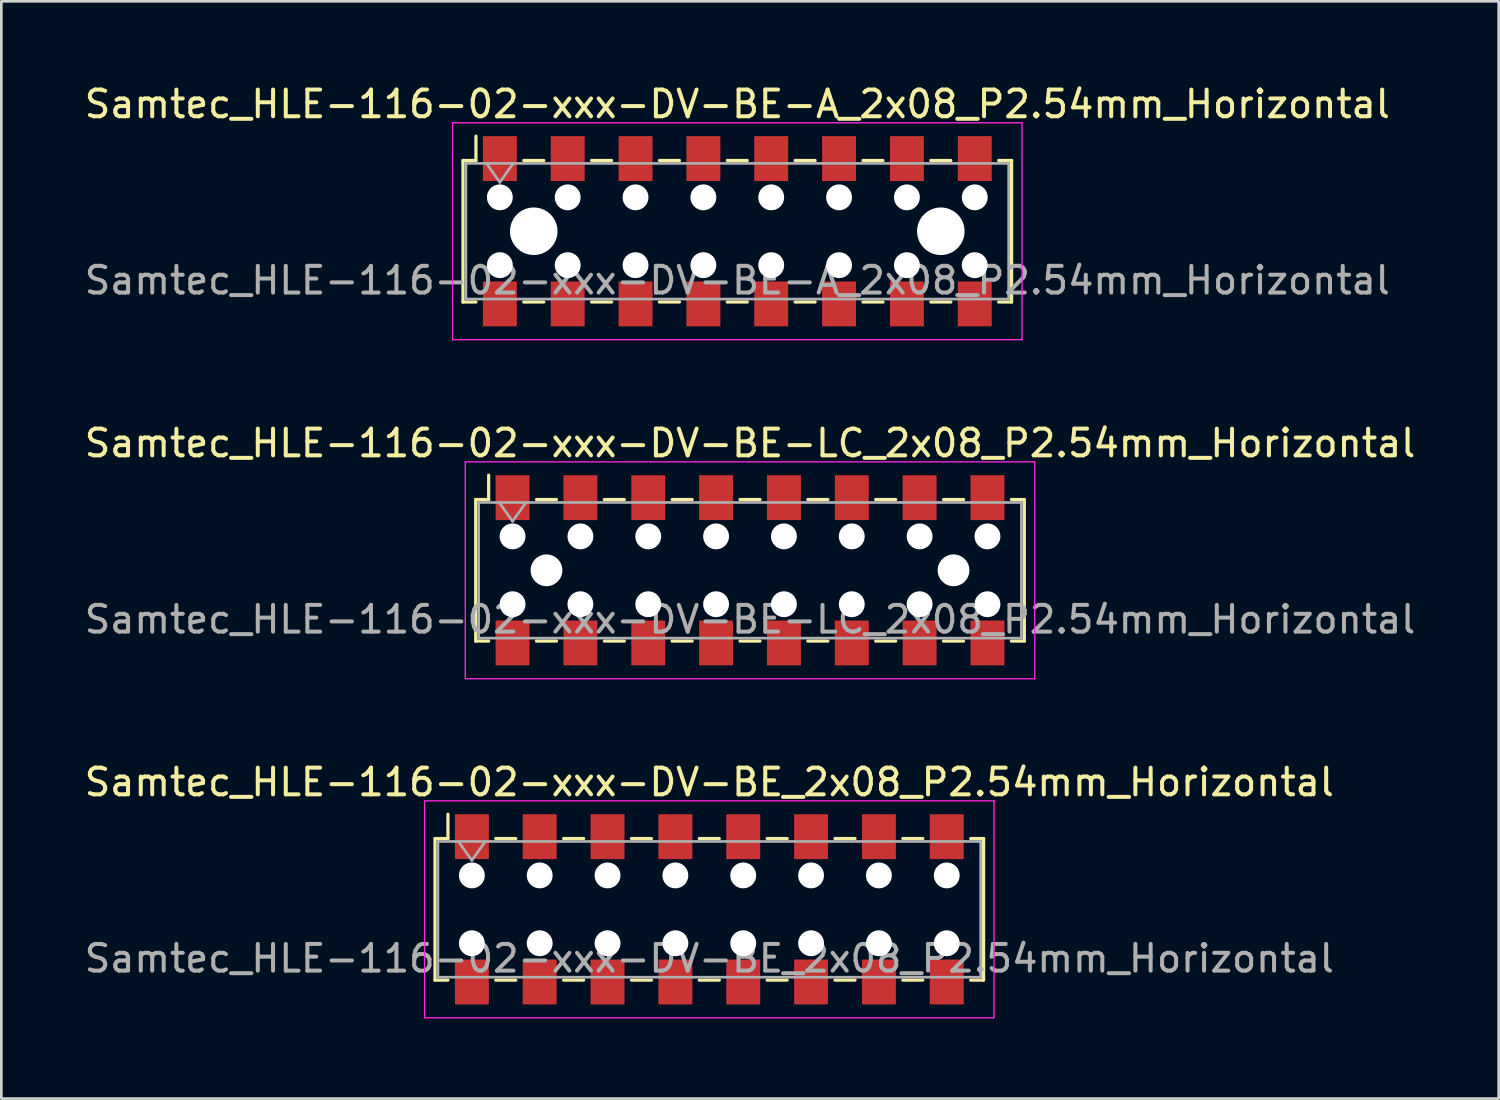
<source format=kicad_pcb>
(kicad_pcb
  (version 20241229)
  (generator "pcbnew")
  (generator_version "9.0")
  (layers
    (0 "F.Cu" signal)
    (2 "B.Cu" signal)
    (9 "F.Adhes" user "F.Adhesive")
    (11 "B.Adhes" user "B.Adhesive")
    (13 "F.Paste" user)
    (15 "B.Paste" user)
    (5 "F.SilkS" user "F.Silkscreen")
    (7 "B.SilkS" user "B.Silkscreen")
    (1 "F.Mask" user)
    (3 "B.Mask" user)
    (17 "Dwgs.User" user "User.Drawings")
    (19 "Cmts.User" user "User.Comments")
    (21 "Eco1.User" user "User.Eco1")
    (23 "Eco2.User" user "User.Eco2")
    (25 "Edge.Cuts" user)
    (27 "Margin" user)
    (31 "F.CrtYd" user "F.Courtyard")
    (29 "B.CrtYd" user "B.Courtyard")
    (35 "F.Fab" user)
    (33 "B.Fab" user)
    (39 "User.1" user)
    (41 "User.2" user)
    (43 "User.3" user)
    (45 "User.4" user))
  (footprint "Samtec_HLE-116-02-xxx-DV-BE_2x08_P2.54mm_Horizontal"
    (layer "F.Cu")
    (at 23.506 30.995)
    (property "Reference" "Samtec_HLE-116-02-xxx-DV-BE_2x08_P2.54mm_Horizontal" (at 0 -4.76 0) (layer "F.SilkS") (effects (font (size 1 1) (thickness 0.15))))
    (attr smd)
    (fp_line (start -10.27 -2.65) (end -10.27 2.65) (stroke (width 0.12) (type solid)) (layer "F.SilkS"))
    (fp_line (start -10.27 2.65) (end -9.785 2.65) (stroke (width 0.12) (type solid)) (layer "F.SilkS"))
    (fp_line (start -9.785 -3.56) (end -9.785 -2.65) (stroke (width 0.12) (type solid)) (layer "F.SilkS"))
    (fp_line (start -9.785 -2.65) (end -10.27 -2.65) (stroke (width 0.12) (type solid)) (layer "F.SilkS"))
    (fp_line (start -7.995 -2.65) (end -7.245 -2.65) (stroke (width 0.12) (type solid)) (layer "F.SilkS"))
    (fp_line (start -7.995 2.65) (end -7.245 2.65) (stroke (width 0.12) (type solid)) (layer "F.SilkS"))
    (fp_line (start -5.455 -2.65) (end -4.705 -2.65) (stroke (width 0.12) (type solid)) (layer "F.SilkS"))
    (fp_line (start -5.455 2.65) (end -4.705 2.65) (stroke (width 0.12) (type solid)) (layer "F.SilkS"))
    (fp_line (start -2.915 -2.65) (end -2.165 -2.65) (stroke (width 0.12) (type solid)) (layer "F.SilkS"))
    (fp_line (start -2.915 2.65) (end -2.165 2.65) (stroke (width 0.12) (type solid)) (layer "F.SilkS"))
    (fp_line (start -0.375 -2.65) (end 0.375 -2.65) (stroke (width 0.12) (type solid)) (layer "F.SilkS"))
    (fp_line (start -0.375 2.65) (end 0.375 2.65) (stroke (width 0.12) (type solid)) (layer "F.SilkS"))
    (fp_line (start 2.165 -2.65) (end 2.915 -2.65) (stroke (width 0.12) (type solid)) (layer "F.SilkS"))
    (fp_line (start 2.165 2.65) (end 2.915 2.65) (stroke (width 0.12) (type solid)) (layer "F.SilkS"))
    (fp_line (start 4.705 -2.65) (end 5.455 -2.65) (stroke (width 0.12) (type solid)) (layer "F.SilkS"))
    (fp_line (start 4.705 2.65) (end 5.455 2.65) (stroke (width 0.12) (type solid)) (layer "F.SilkS"))
    (fp_line (start 7.245 -2.65) (end 7.995 -2.65) (stroke (width 0.12) (type solid)) (layer "F.SilkS"))
    (fp_line (start 7.245 2.65) (end 7.995 2.65) (stroke (width 0.12) (type solid)) (layer "F.SilkS"))
    (fp_line (start 9.785 -2.65) (end 10.27 -2.65) (stroke (width 0.12) (type solid)) (layer "F.SilkS"))
    (fp_line (start 10.27 -2.65) (end 10.27 2.65) (stroke (width 0.12) (type solid)) (layer "F.SilkS"))
    (fp_line (start 10.27 2.65) (end 9.785 2.65) (stroke (width 0.12) (type solid)) (layer "F.SilkS"))
    (fp_line (start -10.66 -4.06) (end 10.66 -4.06) (stroke (width 0.05) (type solid)) (layer "F.CrtYd"))
    (fp_line (start -10.66 4.06) (end -10.66 -4.06) (stroke (width 0.05) (type solid)) (layer "F.CrtYd"))
    (fp_line (start 10.66 -4.06) (end 10.66 4.06) (stroke (width 0.05) (type solid)) (layer "F.CrtYd"))
    (fp_line (start 10.66 4.06) (end -10.66 4.06) (stroke (width 0.05) (type solid)) (layer "F.CrtYd"))
    (fp_line (start -10.16 -2.54) (end 10.16 -2.54) (stroke (width 0.1) (type solid)) (layer "F.Fab"))
    (fp_line (start -10.16 2.54) (end -10.16 -2.54) (stroke (width 0.1) (type solid)) (layer "F.Fab"))
    (fp_line (start -9.39 -2.54) (end -8.89 -1.833) (stroke (width 0.1) (type solid)) (layer "F.Fab"))
    (fp_line (start -8.89 -1.833) (end -8.39 -2.54) (stroke (width 0.1) (type solid)) (layer "F.Fab"))
    (fp_line (start 10.16 -2.54) (end 10.16 2.54) (stroke (width 0.1) (type solid)) (layer "F.Fab"))
    (fp_line (start 10.16 2.54) (end -10.16 2.54) (stroke (width 0.1) (type solid)) (layer "F.Fab"))
    (fp_text user "${REFERENCE}" (at 0 1.84 0) (layer "F.Fab") (effects (font (size 1 1) (thickness 0.15))))
    (pad "" np_thru_hole circle (at -8.89 -1.27) (size 0.97 0.97) (drill 0.97) (layers "*.Cu" "*.Mask"))
    (pad "" np_thru_hole circle (at -8.89 1.27) (size 0.97 0.97) (drill 0.97) (layers "*.Cu" "*.Mask"))
    (pad "" np_thru_hole circle (at -6.35 -1.27) (size 0.97 0.97) (drill 0.97) (layers "*.Cu" "*.Mask"))
    (pad "" np_thru_hole circle (at -6.35 1.27) (size 0.97 0.97) (drill 0.97) (layers "*.Cu" "*.Mask"))
    (pad "" np_thru_hole circle (at -3.81 -1.27) (size 0.97 0.97) (drill 0.97) (layers "*.Cu" "*.Mask"))
    (pad "" np_thru_hole circle (at -3.81 1.27) (size 0.97 0.97) (drill 0.97) (layers "*.Cu" "*.Mask"))
    (pad "" np_thru_hole circle (at -1.27 -1.27) (size 0.97 0.97) (drill 0.97) (layers "*.Cu" "*.Mask"))
    (pad "" np_thru_hole circle (at -1.27 1.27) (size 0.97 0.97) (drill 0.97) (layers "*.Cu" "*.Mask"))
    (pad "" np_thru_hole circle (at 1.27 -1.27) (size 0.97 0.97) (drill 0.97) (layers "*.Cu" "*.Mask"))
    (pad "" np_thru_hole circle (at 1.27 1.27) (size 0.97 0.97) (drill 0.97) (layers "*.Cu" "*.Mask"))
    (pad "" np_thru_hole circle (at 3.81 -1.27) (size 0.97 0.97) (drill 0.97) (layers "*.Cu" "*.Mask"))
    (pad "" np_thru_hole circle (at 3.81 1.27) (size 0.97 0.97) (drill 0.97) (layers "*.Cu" "*.Mask"))
    (pad "" np_thru_hole circle (at 6.35 -1.27) (size 0.97 0.97) (drill 0.97) (layers "*.Cu" "*.Mask"))
    (pad "" np_thru_hole circle (at 6.35 1.27) (size 0.97 0.97) (drill 0.97) (layers "*.Cu" "*.Mask"))
    (pad "" np_thru_hole circle (at 8.89 -1.27) (size 0.97 0.97) (drill 0.97) (layers "*.Cu" "*.Mask"))
    (pad "" np_thru_hole circle (at 8.89 1.27) (size 0.97 0.97) (drill 0.97) (layers "*.Cu" "*.Mask"))
    (pad "1" smd rect (at -8.89 -2.72) (size 1.27 1.68) (layers "F.Cu" "F.Mask" "F.Paste"))
    (pad "2" smd rect (at -8.89 2.72) (size 1.27 1.68) (layers "F.Cu" "F.Mask" "F.Paste"))
    (pad "3" smd rect (at -6.35 -2.72) (size 1.27 1.68) (layers "F.Cu" "F.Mask" "F.Paste"))
    (pad "4" smd rect (at -6.35 2.72) (size 1.27 1.68) (layers "F.Cu" "F.Mask" "F.Paste"))
    (pad "5" smd rect (at -3.81 -2.72) (size 1.27 1.68) (layers "F.Cu" "F.Mask" "F.Paste"))
    (pad "6" smd rect (at -3.81 2.72) (size 1.27 1.68) (layers "F.Cu" "F.Mask" "F.Paste"))
    (pad "7" smd rect (at -1.27 -2.72) (size 1.27 1.68) (layers "F.Cu" "F.Mask" "F.Paste"))
    (pad "8" smd rect (at -1.27 2.72) (size 1.27 1.68) (layers "F.Cu" "F.Mask" "F.Paste"))
    (pad "9" smd rect (at 1.27 -2.72) (size 1.27 1.68) (layers "F.Cu" "F.Mask" "F.Paste"))
    (pad "10" smd rect (at 1.27 2.72) (size 1.27 1.68) (layers "F.Cu" "F.Mask" "F.Paste"))
    (pad "11" smd rect (at 3.81 -2.72) (size 1.27 1.68) (layers "F.Cu" "F.Mask" "F.Paste"))
    (pad "12" smd rect (at 3.81 2.72) (size 1.27 1.68) (layers "F.Cu" "F.Mask" "F.Paste"))
    (pad "13" smd rect (at 6.35 -2.72) (size 1.27 1.68) (layers "F.Cu" "F.Mask" "F.Paste"))
    (pad "14" smd rect (at 6.35 2.72) (size 1.27 1.68) (layers "F.Cu" "F.Mask" "F.Paste"))
    (pad "15" smd rect (at 8.89 -2.72) (size 1.27 1.68) (layers "F.Cu" "F.Mask" "F.Paste"))
    (pad "16" smd rect (at 8.89 2.72) (size 1.27 1.68) (layers "F.Cu" "F.Mask" "F.Paste")))
  (footprint "Samtec_HLE-116-02-xxx-DV-BE-LC_2x08_P2.54mm_Horizontal"
    (layer "F.Cu")
    (at 25.03 18.302)
    (property "Reference" "Samtec_HLE-116-02-xxx-DV-BE-LC_2x08_P2.54mm_Horizontal" (at 0 -4.76 0) (layer "F.SilkS") (effects (font (size 1 1) (thickness 0.15))))
    (attr smd)
    (fp_line (start -10.27 -2.65) (end -10.27 2.65) (stroke (width 0.12) (type solid)) (layer "F.SilkS"))
    (fp_line (start -10.27 2.65) (end -9.785 2.65) (stroke (width 0.12) (type solid)) (layer "F.SilkS"))
    (fp_line (start -9.785 -3.56) (end -9.785 -2.65) (stroke (width 0.12) (type solid)) (layer "F.SilkS"))
    (fp_line (start -9.785 -2.65) (end -10.27 -2.65) (stroke (width 0.12) (type solid)) (layer "F.SilkS"))
    (fp_line (start -7.995 -2.65) (end -7.245 -2.65) (stroke (width 0.12) (type solid)) (layer "F.SilkS"))
    (fp_line (start -7.995 2.65) (end -7.245 2.65) (stroke (width 0.12) (type solid)) (layer "F.SilkS"))
    (fp_line (start -5.455 -2.65) (end -4.705 -2.65) (stroke (width 0.12) (type solid)) (layer "F.SilkS"))
    (fp_line (start -5.455 2.65) (end -4.705 2.65) (stroke (width 0.12) (type solid)) (layer "F.SilkS"))
    (fp_line (start -2.915 -2.65) (end -2.165 -2.65) (stroke (width 0.12) (type solid)) (layer "F.SilkS"))
    (fp_line (start -2.915 2.65) (end -2.165 2.65) (stroke (width 0.12) (type solid)) (layer "F.SilkS"))
    (fp_line (start -0.375 -2.65) (end 0.375 -2.65) (stroke (width 0.12) (type solid)) (layer "F.SilkS"))
    (fp_line (start -0.375 2.65) (end 0.375 2.65) (stroke (width 0.12) (type solid)) (layer "F.SilkS"))
    (fp_line (start 2.165 -2.65) (end 2.915 -2.65) (stroke (width 0.12) (type solid)) (layer "F.SilkS"))
    (fp_line (start 2.165 2.65) (end 2.915 2.65) (stroke (width 0.12) (type solid)) (layer "F.SilkS"))
    (fp_line (start 4.705 -2.65) (end 5.455 -2.65) (stroke (width 0.12) (type solid)) (layer "F.SilkS"))
    (fp_line (start 4.705 2.65) (end 5.455 2.65) (stroke (width 0.12) (type solid)) (layer "F.SilkS"))
    (fp_line (start 7.245 -2.65) (end 7.995 -2.65) (stroke (width 0.12) (type solid)) (layer "F.SilkS"))
    (fp_line (start 7.245 2.65) (end 7.995 2.65) (stroke (width 0.12) (type solid)) (layer "F.SilkS"))
    (fp_line (start 9.785 -2.65) (end 10.27 -2.65) (stroke (width 0.12) (type solid)) (layer "F.SilkS"))
    (fp_line (start 10.27 -2.65) (end 10.27 2.65) (stroke (width 0.12) (type solid)) (layer "F.SilkS"))
    (fp_line (start 10.27 2.65) (end 9.785 2.65) (stroke (width 0.12) (type solid)) (layer "F.SilkS"))
    (fp_line (start -10.66 -4.06) (end 10.66 -4.06) (stroke (width 0.05) (type solid)) (layer "F.CrtYd"))
    (fp_line (start -10.66 4.06) (end -10.66 -4.06) (stroke (width 0.05) (type solid)) (layer "F.CrtYd"))
    (fp_line (start 10.66 -4.06) (end 10.66 4.06) (stroke (width 0.05) (type solid)) (layer "F.CrtYd"))
    (fp_line (start 10.66 4.06) (end -10.66 4.06) (stroke (width 0.05) (type solid)) (layer "F.CrtYd"))
    (fp_line (start -10.16 -2.54) (end 10.16 -2.54) (stroke (width 0.1) (type solid)) (layer "F.Fab"))
    (fp_line (start -10.16 2.54) (end -10.16 -2.54) (stroke (width 0.1) (type solid)) (layer "F.Fab"))
    (fp_line (start -9.39 -2.54) (end -8.89 -1.833) (stroke (width 0.1) (type solid)) (layer "F.Fab"))
    (fp_line (start -8.89 -1.833) (end -8.39 -2.54) (stroke (width 0.1) (type solid)) (layer "F.Fab"))
    (fp_line (start 10.16 -2.54) (end 10.16 2.54) (stroke (width 0.1) (type solid)) (layer "F.Fab"))
    (fp_line (start 10.16 2.54) (end -10.16 2.54) (stroke (width 0.1) (type solid)) (layer "F.Fab"))
    (fp_text user "${REFERENCE}" (at 0 1.84 0) (layer "F.Fab") (effects (font (size 1 1) (thickness 0.15))))
    (pad "" np_thru_hole circle (at -8.89 -1.27) (size 0.97 0.97) (drill 0.97) (layers "*.Cu" "*.Mask"))
    (pad "" np_thru_hole circle (at -8.89 1.27) (size 0.97 0.97) (drill 0.97) (layers "*.Cu" "*.Mask"))
    (pad "" np_thru_hole circle (at -7.62 0) (size 1.19 1.19) (drill 1.19) (layers "*.Cu" "*.Mask"))
    (pad "" np_thru_hole circle (at -6.35 -1.27) (size 0.97 0.97) (drill 0.97) (layers "*.Cu" "*.Mask"))
    (pad "" np_thru_hole circle (at -6.35 1.27) (size 0.97 0.97) (drill 0.97) (layers "*.Cu" "*.Mask"))
    (pad "" np_thru_hole circle (at -3.81 -1.27) (size 0.97 0.97) (drill 0.97) (layers "*.Cu" "*.Mask"))
    (pad "" np_thru_hole circle (at -3.81 1.27) (size 0.97 0.97) (drill 0.97) (layers "*.Cu" "*.Mask"))
    (pad "" np_thru_hole circle (at -1.27 -1.27) (size 0.97 0.97) (drill 0.97) (layers "*.Cu" "*.Mask"))
    (pad "" np_thru_hole circle (at -1.27 1.27) (size 0.97 0.97) (drill 0.97) (layers "*.Cu" "*.Mask"))
    (pad "" np_thru_hole circle (at 1.27 -1.27) (size 0.97 0.97) (drill 0.97) (layers "*.Cu" "*.Mask"))
    (pad "" np_thru_hole circle (at 1.27 1.27) (size 0.97 0.97) (drill 0.97) (layers "*.Cu" "*.Mask"))
    (pad "" np_thru_hole circle (at 3.81 -1.27) (size 0.97 0.97) (drill 0.97) (layers "*.Cu" "*.Mask"))
    (pad "" np_thru_hole circle (at 3.81 1.27) (size 0.97 0.97) (drill 0.97) (layers "*.Cu" "*.Mask"))
    (pad "" np_thru_hole circle (at 6.35 -1.27) (size 0.97 0.97) (drill 0.97) (layers "*.Cu" "*.Mask"))
    (pad "" np_thru_hole circle (at 6.35 1.27) (size 0.97 0.97) (drill 0.97) (layers "*.Cu" "*.Mask"))
    (pad "" np_thru_hole circle (at 7.62 0) (size 1.19 1.19) (drill 1.19) (layers "*.Cu" "*.Mask"))
    (pad "" np_thru_hole circle (at 8.89 -1.27) (size 0.97 0.97) (drill 0.97) (layers "*.Cu" "*.Mask"))
    (pad "" np_thru_hole circle (at 8.89 1.27) (size 0.97 0.97) (drill 0.97) (layers "*.Cu" "*.Mask"))
    (pad "1" smd rect (at -8.89 -2.72) (size 1.27 1.68) (layers "F.Cu" "F.Mask" "F.Paste"))
    (pad "2" smd rect (at -8.89 2.72) (size 1.27 1.68) (layers "F.Cu" "F.Mask" "F.Paste"))
    (pad "3" smd rect (at -6.35 -2.72) (size 1.27 1.68) (layers "F.Cu" "F.Mask" "F.Paste"))
    (pad "4" smd rect (at -6.35 2.72) (size 1.27 1.68) (layers "F.Cu" "F.Mask" "F.Paste"))
    (pad "5" smd rect (at -3.81 -2.72) (size 1.27 1.68) (layers "F.Cu" "F.Mask" "F.Paste"))
    (pad "6" smd rect (at -3.81 2.72) (size 1.27 1.68) (layers "F.Cu" "F.Mask" "F.Paste"))
    (pad "7" smd rect (at -1.27 -2.72) (size 1.27 1.68) (layers "F.Cu" "F.Mask" "F.Paste"))
    (pad "8" smd rect (at -1.27 2.72) (size 1.27 1.68) (layers "F.Cu" "F.Mask" "F.Paste"))
    (pad "9" smd rect (at 1.27 -2.72) (size 1.27 1.68) (layers "F.Cu" "F.Mask" "F.Paste"))
    (pad "10" smd rect (at 1.27 2.72) (size 1.27 1.68) (layers "F.Cu" "F.Mask" "F.Paste"))
    (pad "11" smd rect (at 3.81 -2.72) (size 1.27 1.68) (layers "F.Cu" "F.Mask" "F.Paste"))
    (pad "12" smd rect (at 3.81 2.72) (size 1.27 1.68) (layers "F.Cu" "F.Mask" "F.Paste"))
    (pad "13" smd rect (at 6.35 -2.72) (size 1.27 1.68) (layers "F.Cu" "F.Mask" "F.Paste"))
    (pad "14" smd rect (at 6.35 2.72) (size 1.27 1.68) (layers "F.Cu" "F.Mask" "F.Paste"))
    (pad "15" smd rect (at 8.89 -2.72) (size 1.27 1.68) (layers "F.Cu" "F.Mask" "F.Paste"))
    (pad "16" smd rect (at 8.89 2.72) (size 1.27 1.68) (layers "F.Cu" "F.Mask" "F.Paste")))
  (footprint "Samtec_HLE-116-02-xxx-DV-BE-A_2x08_P2.54mm_Horizontal"
    (layer "F.Cu")
    (at 24.554 5.608)
    (property "Reference" "Samtec_HLE-116-02-xxx-DV-BE-A_2x08_P2.54mm_Horizontal" (at 0 -4.76 0) (layer "F.SilkS") (effects (font (size 1 1) (thickness 0.15))))
    (attr smd)
    (fp_line (start -10.27 -2.65) (end -10.27 2.65) (stroke (width 0.12) (type solid)) (layer "F.SilkS"))
    (fp_line (start -10.27 2.65) (end -9.785 2.65) (stroke (width 0.12) (type solid)) (layer "F.SilkS"))
    (fp_line (start -9.785 -3.56) (end -9.785 -2.65) (stroke (width 0.12) (type solid)) (layer "F.SilkS"))
    (fp_line (start -9.785 -2.65) (end -10.27 -2.65) (stroke (width 0.12) (type solid)) (layer "F.SilkS"))
    (fp_line (start -7.995 -2.65) (end -7.245 -2.65) (stroke (width 0.12) (type solid)) (layer "F.SilkS"))
    (fp_line (start -7.995 2.65) (end -7.245 2.65) (stroke (width 0.12) (type solid)) (layer "F.SilkS"))
    (fp_line (start -5.455 -2.65) (end -4.705 -2.65) (stroke (width 0.12) (type solid)) (layer "F.SilkS"))
    (fp_line (start -5.455 2.65) (end -4.705 2.65) (stroke (width 0.12) (type solid)) (layer "F.SilkS"))
    (fp_line (start -2.915 -2.65) (end -2.165 -2.65) (stroke (width 0.12) (type solid)) (layer "F.SilkS"))
    (fp_line (start -2.915 2.65) (end -2.165 2.65) (stroke (width 0.12) (type solid)) (layer "F.SilkS"))
    (fp_line (start -0.375 -2.65) (end 0.375 -2.65) (stroke (width 0.12) (type solid)) (layer "F.SilkS"))
    (fp_line (start -0.375 2.65) (end 0.375 2.65) (stroke (width 0.12) (type solid)) (layer "F.SilkS"))
    (fp_line (start 2.165 -2.65) (end 2.915 -2.65) (stroke (width 0.12) (type solid)) (layer "F.SilkS"))
    (fp_line (start 2.165 2.65) (end 2.915 2.65) (stroke (width 0.12) (type solid)) (layer "F.SilkS"))
    (fp_line (start 4.705 -2.65) (end 5.455 -2.65) (stroke (width 0.12) (type solid)) (layer "F.SilkS"))
    (fp_line (start 4.705 2.65) (end 5.455 2.65) (stroke (width 0.12) (type solid)) (layer "F.SilkS"))
    (fp_line (start 7.245 -2.65) (end 7.995 -2.65) (stroke (width 0.12) (type solid)) (layer "F.SilkS"))
    (fp_line (start 7.245 2.65) (end 7.995 2.65) (stroke (width 0.12) (type solid)) (layer "F.SilkS"))
    (fp_line (start 9.785 -2.65) (end 10.27 -2.65) (stroke (width 0.12) (type solid)) (layer "F.SilkS"))
    (fp_line (start 10.27 -2.65) (end 10.27 2.65) (stroke (width 0.12) (type solid)) (layer "F.SilkS"))
    (fp_line (start 10.27 2.65) (end 9.785 2.65) (stroke (width 0.12) (type solid)) (layer "F.SilkS"))
    (fp_line (start -10.66 -4.06) (end 10.66 -4.06) (stroke (width 0.05) (type solid)) (layer "F.CrtYd"))
    (fp_line (start -10.66 4.06) (end -10.66 -4.06) (stroke (width 0.05) (type solid)) (layer "F.CrtYd"))
    (fp_line (start 10.66 -4.06) (end 10.66 4.06) (stroke (width 0.05) (type solid)) (layer "F.CrtYd"))
    (fp_line (start 10.66 4.06) (end -10.66 4.06) (stroke (width 0.05) (type solid)) (layer "F.CrtYd"))
    (fp_line (start -10.16 -2.54) (end 10.16 -2.54) (stroke (width 0.1) (type solid)) (layer "F.Fab"))
    (fp_line (start -10.16 2.54) (end -10.16 -2.54) (stroke (width 0.1) (type solid)) (layer "F.Fab"))
    (fp_line (start -9.39 -2.54) (end -8.89 -1.833) (stroke (width 0.1) (type solid)) (layer "F.Fab"))
    (fp_line (start -8.89 -1.833) (end -8.39 -2.54) (stroke (width 0.1) (type solid)) (layer "F.Fab"))
    (fp_line (start 10.16 -2.54) (end 10.16 2.54) (stroke (width 0.1) (type solid)) (layer "F.Fab"))
    (fp_line (start 10.16 2.54) (end -10.16 2.54) (stroke (width 0.1) (type solid)) (layer "F.Fab"))
    (fp_text user "${REFERENCE}" (at 0 1.84 0) (layer "F.Fab") (effects (font (size 1 1) (thickness 0.15))))
    (pad "" np_thru_hole circle (at -8.89 -1.27) (size 0.97 0.97) (drill 0.97) (layers "*.Cu" "*.Mask"))
    (pad "" np_thru_hole circle (at -8.89 1.27) (size 0.97 0.97) (drill 0.97) (layers "*.Cu" "*.Mask"))
    (pad "" np_thru_hole circle (at -7.62 0) (size 1.78 1.78) (drill 1.78) (layers "*.Cu" "*.Mask"))
    (pad "" np_thru_hole circle (at -6.35 -1.27) (size 0.97 0.97) (drill 0.97) (layers "*.Cu" "*.Mask"))
    (pad "" np_thru_hole circle (at -6.35 1.27) (size 0.97 0.97) (drill 0.97) (layers "*.Cu" "*.Mask"))
    (pad "" np_thru_hole circle (at -3.81 -1.27) (size 0.97 0.97) (drill 0.97) (layers "*.Cu" "*.Mask"))
    (pad "" np_thru_hole circle (at -3.81 1.27) (size 0.97 0.97) (drill 0.97) (layers "*.Cu" "*.Mask"))
    (pad "" np_thru_hole circle (at -1.27 -1.27) (size 0.97 0.97) (drill 0.97) (layers "*.Cu" "*.Mask"))
    (pad "" np_thru_hole circle (at -1.27 1.27) (size 0.97 0.97) (drill 0.97) (layers "*.Cu" "*.Mask"))
    (pad "" np_thru_hole circle (at 1.27 -1.27) (size 0.97 0.97) (drill 0.97) (layers "*.Cu" "*.Mask"))
    (pad "" np_thru_hole circle (at 1.27 1.27) (size 0.97 0.97) (drill 0.97) (layers "*.Cu" "*.Mask"))
    (pad "" np_thru_hole circle (at 3.81 -1.27) (size 0.97 0.97) (drill 0.97) (layers "*.Cu" "*.Mask"))
    (pad "" np_thru_hole circle (at 3.81 1.27) (size 0.97 0.97) (drill 0.97) (layers "*.Cu" "*.Mask"))
    (pad "" np_thru_hole circle (at 6.35 -1.27) (size 0.97 0.97) (drill 0.97) (layers "*.Cu" "*.Mask"))
    (pad "" np_thru_hole circle (at 6.35 1.27) (size 0.97 0.97) (drill 0.97) (layers "*.Cu" "*.Mask"))
    (pad "" np_thru_hole circle (at 7.62 0) (size 1.78 1.78) (drill 1.78) (layers "*.Cu" "*.Mask"))
    (pad "" np_thru_hole circle (at 8.89 -1.27) (size 0.97 0.97) (drill 0.97) (layers "*.Cu" "*.Mask"))
    (pad "" np_thru_hole circle (at 8.89 1.27) (size 0.97 0.97) (drill 0.97) (layers "*.Cu" "*.Mask"))
    (pad "1" smd rect (at -8.89 -2.72) (size 1.27 1.68) (layers "F.Cu" "F.Mask" "F.Paste"))
    (pad "2" smd rect (at -8.89 2.72) (size 1.27 1.68) (layers "F.Cu" "F.Mask" "F.Paste"))
    (pad "3" smd rect (at -6.35 -2.72) (size 1.27 1.68) (layers "F.Cu" "F.Mask" "F.Paste"))
    (pad "4" smd rect (at -6.35 2.72) (size 1.27 1.68) (layers "F.Cu" "F.Mask" "F.Paste"))
    (pad "5" smd rect (at -3.81 -2.72) (size 1.27 1.68) (layers "F.Cu" "F.Mask" "F.Paste"))
    (pad "6" smd rect (at -3.81 2.72) (size 1.27 1.68) (layers "F.Cu" "F.Mask" "F.Paste"))
    (pad "7" smd rect (at -1.27 -2.72) (size 1.27 1.68) (layers "F.Cu" "F.Mask" "F.Paste"))
    (pad "8" smd rect (at -1.27 2.72) (size 1.27 1.68) (layers "F.Cu" "F.Mask" "F.Paste"))
    (pad "9" smd rect (at 1.27 -2.72) (size 1.27 1.68) (layers "F.Cu" "F.Mask" "F.Paste"))
    (pad "10" smd rect (at 1.27 2.72) (size 1.27 1.68) (layers "F.Cu" "F.Mask" "F.Paste"))
    (pad "11" smd rect (at 3.81 -2.72) (size 1.27 1.68) (layers "F.Cu" "F.Mask" "F.Paste"))
    (pad "12" smd rect (at 3.81 2.72) (size 1.27 1.68) (layers "F.Cu" "F.Mask" "F.Paste"))
    (pad "13" smd rect (at 6.35 -2.72) (size 1.27 1.68) (layers "F.Cu" "F.Mask" "F.Paste"))
    (pad "14" smd rect (at 6.35 2.72) (size 1.27 1.68) (layers "F.Cu" "F.Mask" "F.Paste"))
    (pad "15" smd rect (at 8.89 -2.72) (size 1.27 1.68) (layers "F.Cu" "F.Mask" "F.Paste"))
    (pad "16" smd rect (at 8.89 2.72) (size 1.27 1.68) (layers "F.Cu" "F.Mask" "F.Paste")))
  (gr_rect
    (start -3 -3)
    (end 53.06 38.08)
    (stroke (width 0.1) (type default))
    (fill no)
    (layer "Edge.Cuts")))
</source>
